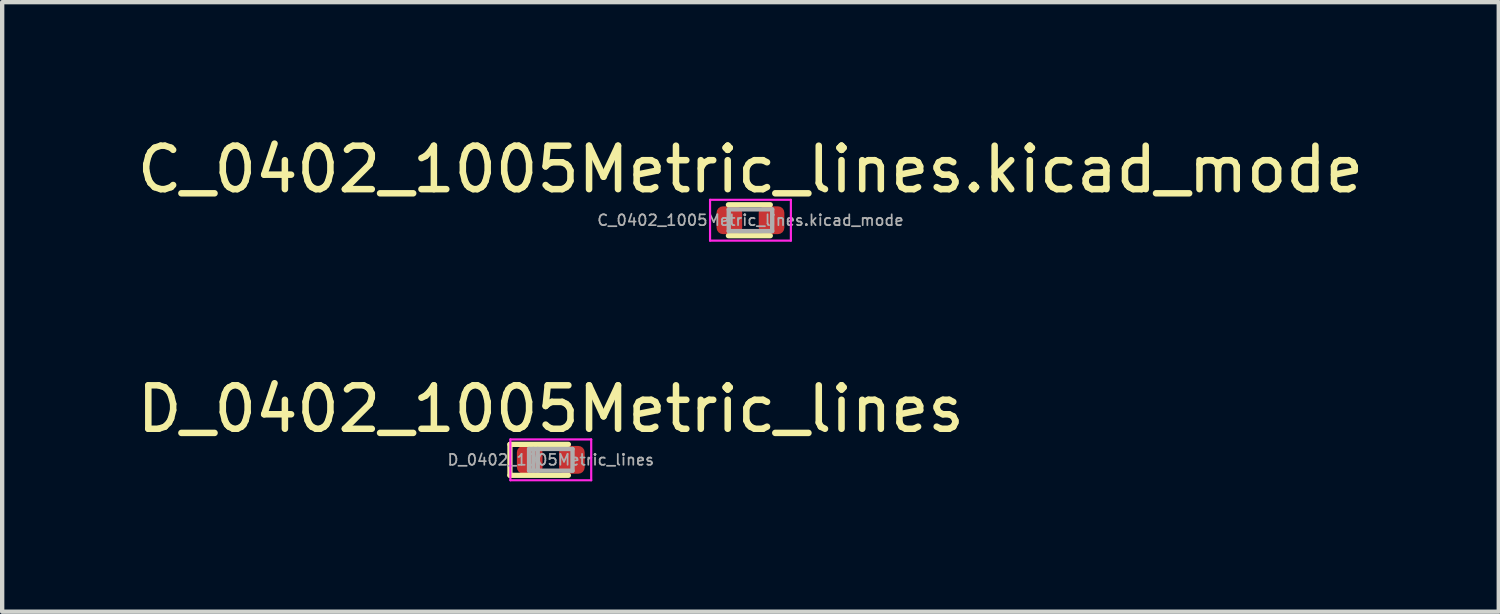
<source format=kicad_pcb>
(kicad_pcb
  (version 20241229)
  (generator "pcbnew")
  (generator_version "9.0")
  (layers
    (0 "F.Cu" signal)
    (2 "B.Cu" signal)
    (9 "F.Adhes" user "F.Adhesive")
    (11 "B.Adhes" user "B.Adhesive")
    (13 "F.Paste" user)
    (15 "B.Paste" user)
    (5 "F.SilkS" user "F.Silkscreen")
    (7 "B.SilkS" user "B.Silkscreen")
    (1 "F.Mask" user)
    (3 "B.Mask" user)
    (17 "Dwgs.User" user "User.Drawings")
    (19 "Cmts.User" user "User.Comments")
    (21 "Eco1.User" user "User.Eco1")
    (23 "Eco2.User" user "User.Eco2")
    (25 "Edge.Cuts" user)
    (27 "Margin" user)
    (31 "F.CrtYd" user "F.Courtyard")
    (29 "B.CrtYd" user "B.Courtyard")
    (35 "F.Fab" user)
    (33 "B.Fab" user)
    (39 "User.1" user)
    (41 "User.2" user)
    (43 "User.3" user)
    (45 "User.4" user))
  (footprint "C_0402_1005Metric_lines.kicad_mode"
    (layer "F.Cu")
    (at 14.22 2.018)
    (property "Reference" "C_0402_1005Metric_lines.kicad_mode" (at 0 -1.17 0) (layer "F.SilkS") (effects (font (size 1 1) (thickness 0.15))))
    (attr smd)
    (fp_line (start -0.508 -0.356) (end 0.457 -0.356) (stroke (width 0.12) (type solid)) (layer "F.SilkS"))
    (fp_line (start -0.508 0.356) (end 0.457 0.356) (stroke (width 0.12) (type solid)) (layer "F.SilkS"))
    (fp_line (start -0.93 -0.47) (end 0.93 -0.47) (stroke (width 0.05) (type solid)) (layer "F.CrtYd"))
    (fp_line (start -0.93 0.47) (end -0.93 -0.47) (stroke (width 0.05) (type solid)) (layer "F.CrtYd"))
    (fp_line (start 0.93 -0.47) (end 0.93 0.47) (stroke (width 0.05) (type solid)) (layer "F.CrtYd"))
    (fp_line (start 0.93 0.47) (end -0.93 0.47) (stroke (width 0.05) (type solid)) (layer "F.CrtYd"))
    (fp_line (start -0.5 -0.25) (end 0.5 -0.25) (stroke (width 0.1) (type solid)) (layer "F.Fab"))
    (fp_line (start -0.5 0.25) (end -0.5 -0.25) (stroke (width 0.1) (type solid)) (layer "F.Fab"))
    (fp_line (start 0.5 -0.25) (end 0.5 0.25) (stroke (width 0.1) (type solid)) (layer "F.Fab"))
    (fp_line (start 0.5 0.25) (end -0.5 0.25) (stroke (width 0.1) (type solid)) (layer "F.Fab"))
    (fp_text user "${REFERENCE}" (at 0 0 0) (layer "F.Fab") (effects (font (size 0.25 0.25) (thickness 0.04))))
    (pad "1" smd roundrect (at -0.485 0) (size 0.59 0.64) (layers "F.Cu" "F.Mask" "F.Paste") (roundrect_rratio 0.25))
    (pad "2" smd roundrect (at 0.485 0) (size 0.59 0.64) (layers "F.Cu" "F.Mask" "F.Paste") (roundrect_rratio 0.25)))
  (footprint "D_0402_1005Metric_lines"
    (layer "F.Cu")
    (at 9.625 7.532)
    (property "Reference" "D_0402_1005Metric_lines" (at 0 -1.17 0) (layer "F.SilkS") (effects (font (size 1 1) (thickness 0.15))))
    (attr smd)
    (fp_line (start -0.94 -0.356) (end -0.94 0.356) (stroke (width 0.12) (type solid)) (layer "F.SilkS"))
    (fp_line (start -0.94 0.356) (end 0.406 0.356) (stroke (width 0.12) (type solid)) (layer "F.SilkS"))
    (fp_line (start 0.406 -0.356) (end -0.94 -0.356) (stroke (width 0.12) (type solid)) (layer "F.SilkS"))
    (fp_line (start -0.93 -0.47) (end 0.93 -0.47) (stroke (width 0.05) (type solid)) (layer "F.CrtYd"))
    (fp_line (start -0.93 0.47) (end -0.93 -0.47) (stroke (width 0.05) (type solid)) (layer "F.CrtYd"))
    (fp_line (start 0.93 -0.47) (end 0.93 0.47) (stroke (width 0.05) (type solid)) (layer "F.CrtYd"))
    (fp_line (start 0.93 0.47) (end -0.93 0.47) (stroke (width 0.05) (type solid)) (layer "F.CrtYd"))
    (fp_line (start -0.5 -0.25) (end 0.5 -0.25) (stroke (width 0.1) (type solid)) (layer "F.Fab"))
    (fp_line (start -0.5 0.25) (end -0.5 -0.25) (stroke (width 0.1) (type solid)) (layer "F.Fab"))
    (fp_line (start -0.4 0.25) (end -0.4 -0.25) (stroke (width 0.1) (type solid)) (layer "F.Fab"))
    (fp_line (start -0.3 0.25) (end -0.3 -0.25) (stroke (width 0.1) (type solid)) (layer "F.Fab"))
    (fp_line (start 0.5 -0.25) (end 0.5 0.25) (stroke (width 0.1) (type solid)) (layer "F.Fab"))
    (fp_line (start 0.5 0.25) (end -0.5 0.25) (stroke (width 0.1) (type solid)) (layer "F.Fab"))
    (fp_text user "${REFERENCE}" (at 0 0 0) (layer "F.Fab") (effects (font (size 0.25 0.25) (thickness 0.04))))
    (pad "1" smd roundrect (at -0.485 0) (size 0.59 0.64) (layers "F.Cu" "F.Mask" "F.Paste") (roundrect_rratio 0.25))
    (pad "2" smd roundrect (at 0.485 0) (size 0.59 0.64) (layers "F.Cu" "F.Mask" "F.Paste") (roundrect_rratio 0.25)))
  (gr_rect
    (start -3 -3)
    (end 31.44 11.027)
    (stroke (width 0.1) (type default))
    (fill no)
    (layer "Edge.Cuts")))
</source>
